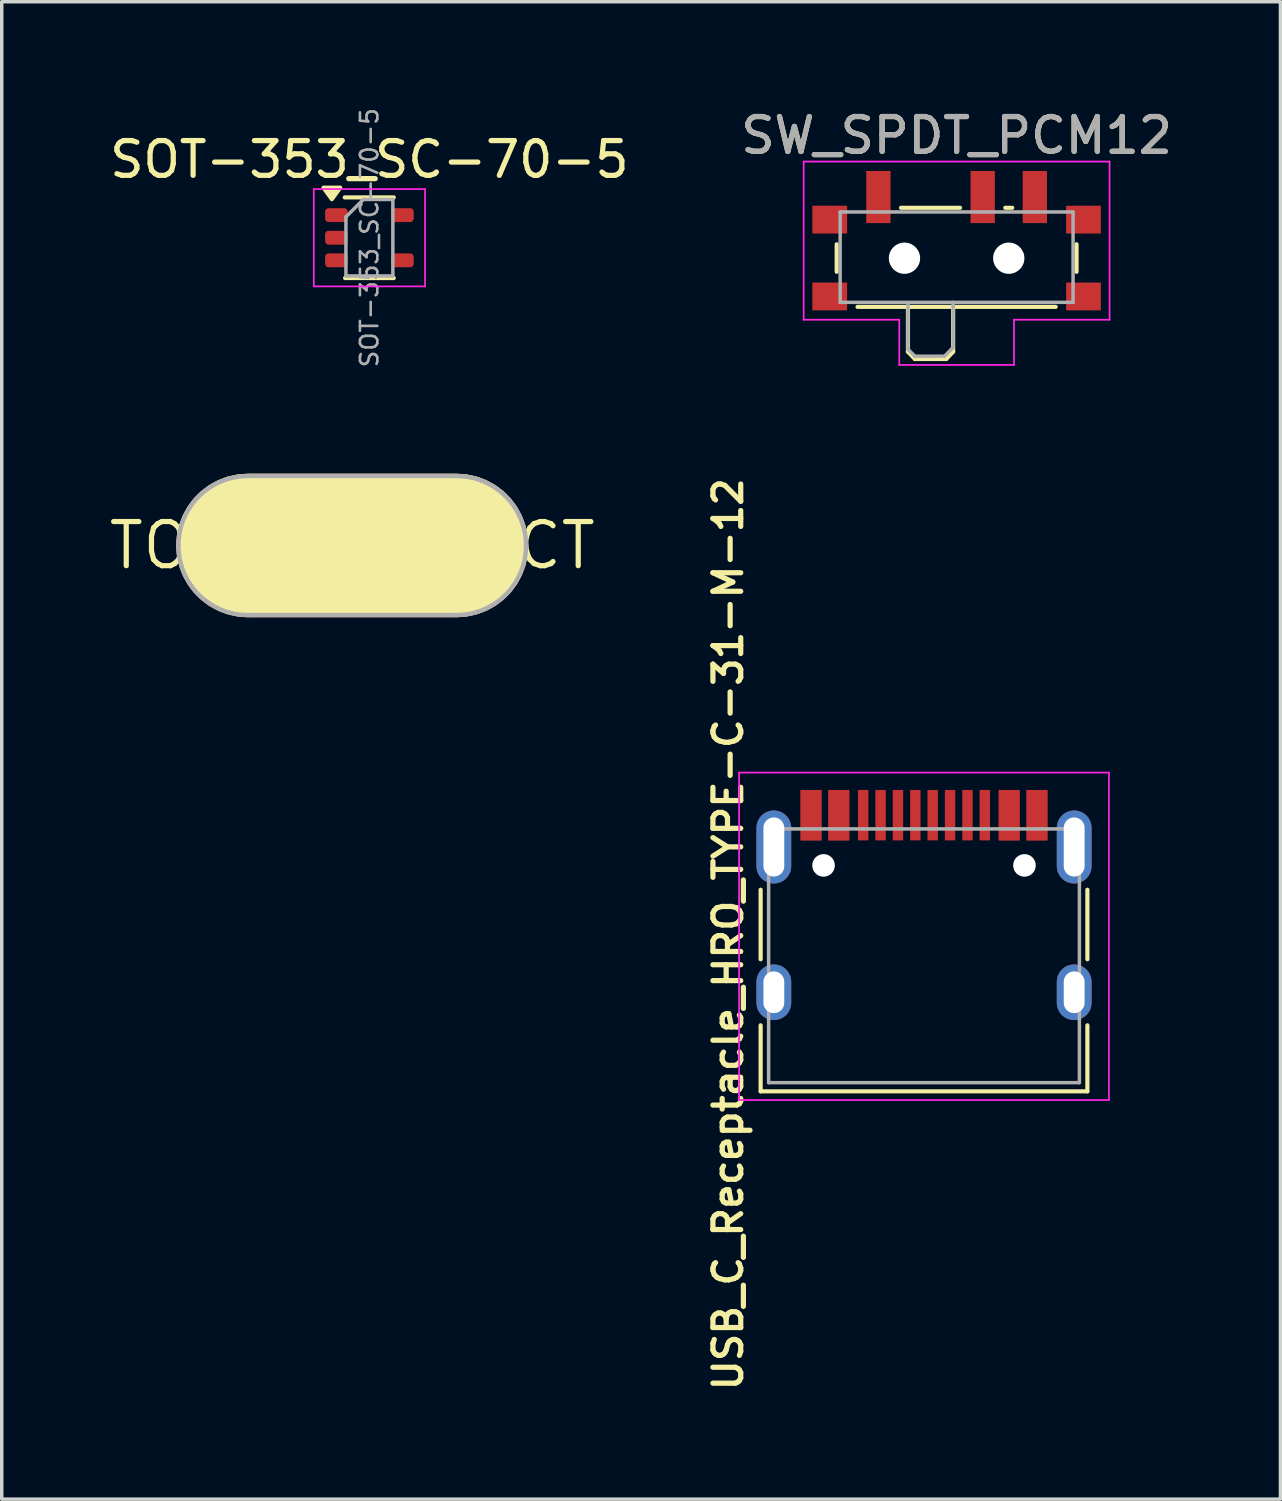
<source format=kicad_pcb>
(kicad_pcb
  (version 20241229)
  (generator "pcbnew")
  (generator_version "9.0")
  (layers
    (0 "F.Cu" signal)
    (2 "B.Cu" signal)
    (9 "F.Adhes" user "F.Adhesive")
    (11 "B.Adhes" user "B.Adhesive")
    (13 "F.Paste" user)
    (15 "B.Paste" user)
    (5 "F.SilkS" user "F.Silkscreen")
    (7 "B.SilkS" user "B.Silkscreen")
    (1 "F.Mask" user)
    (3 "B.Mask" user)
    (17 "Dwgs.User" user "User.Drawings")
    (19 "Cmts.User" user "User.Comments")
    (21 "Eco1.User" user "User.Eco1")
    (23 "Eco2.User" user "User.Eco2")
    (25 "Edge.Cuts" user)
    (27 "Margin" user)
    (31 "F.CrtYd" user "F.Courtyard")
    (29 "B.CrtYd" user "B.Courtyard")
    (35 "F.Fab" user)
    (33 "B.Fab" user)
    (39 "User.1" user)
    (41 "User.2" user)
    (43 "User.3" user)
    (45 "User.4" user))
  (footprint "SW_SPDT_PCM12"
    (layer "F.Cu")
    (at 24.47 4.048)
    (property "Reference" "SW_SPDT_PCM12" (at 0 -3.2 0) (layer "F.SilkS") (effects (font (size 1 1) (thickness 0.15))))
    (attr smd)
    (fp_line (start -3.45 -0.07) (end -3.45 0.72) (stroke (width 0.12) (type solid)) (layer "F.SilkS"))
    (fp_line (start -2.85 1.73) (end 2.85 1.73) (stroke (width 0.12) (type solid)) (layer "F.SilkS"))
    (fp_line (start -1.6 -1.12) (end 0.1 -1.12) (stroke (width 0.12) (type solid)) (layer "F.SilkS"))
    (fp_line (start -1.4 1.73) (end -1.4 3.02) (stroke (width 0.12) (type solid)) (layer "F.SilkS"))
    (fp_line (start -1.4 3.02) (end -1.2 3.23) (stroke (width 0.12) (type solid)) (layer "F.SilkS"))
    (fp_line (start -1.2 3.23) (end -0.3 3.23) (stroke (width 0.12) (type solid)) (layer "F.SilkS"))
    (fp_line (start -0.1 3.02) (end -0.3 3.23) (stroke (width 0.12) (type solid)) (layer "F.SilkS"))
    (fp_line (start -0.1 3.02) (end -0.1 1.73) (stroke (width 0.12) (type solid)) (layer "F.SilkS"))
    (fp_line (start 1.4 -1.12) (end 1.6 -1.12) (stroke (width 0.12) (type solid)) (layer "F.SilkS"))
    (fp_line (start 3.45 0.72) (end 3.45 -0.07) (stroke (width 0.12) (type solid)) (layer "F.SilkS"))
    (fp_line (start -4.4 -2.45) (end 4.4 -2.45) (stroke (width 0.05) (type solid)) (layer "F.CrtYd"))
    (fp_line (start -4.4 2.1) (end -4.4 -2.45) (stroke (width 0.05) (type solid)) (layer "F.CrtYd"))
    (fp_line (start -1.65 2.1) (end -4.4 2.1) (stroke (width 0.05) (type solid)) (layer "F.CrtYd"))
    (fp_line (start -1.65 3.4) (end -1.65 2.1) (stroke (width 0.05) (type solid)) (layer "F.CrtYd"))
    (fp_line (start 1.65 2.1) (end 1.65 3.4) (stroke (width 0.05) (type solid)) (layer "F.CrtYd"))
    (fp_line (start 1.65 3.4) (end -1.65 3.4) (stroke (width 0.05) (type solid)) (layer "F.CrtYd"))
    (fp_line (start 4.4 -2.45) (end 4.4 2.1) (stroke (width 0.05) (type solid)) (layer "F.CrtYd"))
    (fp_line (start 4.4 2.1) (end 1.65 2.1) (stroke (width 0.05) (type solid)) (layer "F.CrtYd"))
    (fp_line (start -3.35 -1) (end -3.35 1.6) (stroke (width 0.1) (type solid)) (layer "F.Fab"))
    (fp_line (start -3.35 1.6) (end 3.35 1.6) (stroke (width 0.1) (type solid)) (layer "F.Fab"))
    (fp_line (start -1.4 1.65) (end -1.4 2.95) (stroke (width 0.1) (type solid)) (layer "F.Fab"))
    (fp_line (start -1.4 2.95) (end -1.2 3.15) (stroke (width 0.1) (type solid)) (layer "F.Fab"))
    (fp_line (start -1.2 3.15) (end -0.35 3.15) (stroke (width 0.1) (type solid)) (layer "F.Fab"))
    (fp_line (start -0.35 3.15) (end -0.15 2.95) (stroke (width 0.1) (type solid)) (layer "F.Fab"))
    (fp_line (start -0.15 2.95) (end -0.1 2.9) (stroke (width 0.1) (type solid)) (layer "F.Fab"))
    (fp_line (start -0.1 2.9) (end -0.1 1.6) (stroke (width 0.1) (type solid)) (layer "F.Fab"))
    (fp_line (start 3.35 -1) (end -3.35 -1) (stroke (width 0.1) (type solid)) (layer "F.Fab"))
    (fp_line (start 3.35 1.6) (end 3.35 -1) (stroke (width 0.1) (type solid)) (layer "F.Fab"))
    (fp_text user "${REFERENCE}" (at 0 -3.2 0) (layer "F.Fab") (effects (font (size 1 1) (thickness 0.15))))
    (pad "" smd rect (at -3.65 -0.78 180) (size 1 0.8) (layers "F.Cu" "F.Mask" "F.Paste"))
    (pad "" smd rect (at -3.65 1.43 180) (size 1 0.8) (layers "F.Cu" "F.Mask" "F.Paste"))
    (pad "" np_thru_hole circle (at -1.5 0.33 180) (size 0.9 0.9) (drill 0.9) (layers "*.Cu" "*.Mask"))
    (pad "" np_thru_hole circle (at 1.5 0.33 180) (size 0.9 0.9) (drill 0.9) (layers "*.Cu" "*.Mask"))
    (pad "" smd rect (at 3.65 -0.78 180) (size 1 0.8) (layers "F.Cu" "F.Mask" "F.Paste"))
    (pad "" smd rect (at 3.65 1.43 180) (size 1 0.8) (layers "F.Cu" "F.Mask" "F.Paste"))
    (pad "1" smd rect (at -2.25 -1.43 180) (size 0.7 1.5) (layers "F.Cu" "F.Mask" "F.Paste"))
    (pad "2" smd rect (at 0.75 -1.43 180) (size 0.7 1.5) (layers "F.Cu" "F.Mask" "F.Paste"))
    (pad "3" smd rect (at 2.25 -1.43 180) (size 0.7 1.5) (layers "F.Cu" "F.Mask" "F.Paste")))
  (footprint "USB_C_Receptacle_HRO_TYPE-C-31-M-12"
    (layer "F.Cu")
    (at 23.532 24.446)
    (property "Reference" "USB_C_Receptacle_HRO_TYPE-C-31-M-12" (at -5.635 -0.619 90) (layer "F.SilkS") (effects (font (size 0.8 0.8) (thickness 0.15))))
    (attr through_hole)
    (fp_line (start -4.7 -1.9) (end -4.7 0.1) (stroke (width 0.12) (type solid)) (layer "F.SilkS"))
    (fp_line (start -4.7 2) (end -4.7 3.9) (stroke (width 0.12) (type solid)) (layer "F.SilkS"))
    (fp_line (start -4.7 3.9) (end 4.7 3.9) (stroke (width 0.12) (type solid)) (layer "F.SilkS"))
    (fp_line (start 4.7 -1.9) (end 4.7 0.1) (stroke (width 0.12) (type solid)) (layer "F.SilkS"))
    (fp_line (start 4.7 2) (end 4.7 3.9) (stroke (width 0.12) (type solid)) (layer "F.SilkS"))
    (fp_line (start -5.32 -5.27) (end -5.32 4.15) (stroke (width 0.05) (type solid)) (layer "F.CrtYd"))
    (fp_line (start -5.32 -5.27) (end 5.32 -5.27) (stroke (width 0.05) (type solid)) (layer "F.CrtYd"))
    (fp_line (start -5.32 4.15) (end 5.32 4.15) (stroke (width 0.05) (type solid)) (layer "F.CrtYd"))
    (fp_line (start 5.32 -5.27) (end 5.32 4.15) (stroke (width 0.05) (type solid)) (layer "F.CrtYd"))
    (fp_line (start -4.47 -3.65) (end -4.47 3.65) (stroke (width 0.1) (type solid)) (layer "F.Fab"))
    (fp_line (start -4.47 -3.65) (end 4.47 -3.65) (stroke (width 0.1) (type solid)) (layer "F.Fab"))
    (fp_line (start -4.47 3.65) (end 4.47 3.65) (stroke (width 0.1) (type solid)) (layer "F.Fab"))
    (fp_line (start 4.47 -3.65) (end 4.47 3.65) (stroke (width 0.1) (type solid)) (layer "F.Fab"))
    (pad "" np_thru_hole circle (at -2.89 -2.6 180) (size 0.65 0.65) (drill 0.65) (layers "*.Cu" "*.Mask"))
    (pad "" np_thru_hole circle (at 2.89 -2.6 180) (size 0.65 0.65) (drill 0.65) (layers "*.Cu" "*.Mask"))
    (pad "A1" smd rect (at -3.25 -4.045 180) (size 0.6 1.45) (layers "F.Cu" "F.Mask" "F.Paste"))
    (pad "A4" smd rect (at -2.45 -4.045 180) (size 0.6 1.45) (layers "F.Cu" "F.Mask" "F.Paste"))
    (pad "A5" smd rect (at -1.25 -4.045 180) (size 0.3 1.45) (layers "F.Cu" "F.Mask" "F.Paste"))
    (pad "A6" smd rect (at -0.25 -4.045 180) (size 0.3 1.45) (layers "F.Cu" "F.Mask" "F.Paste"))
    (pad "A7" smd rect (at 0.25 -4.045 180) (size 0.3 1.45) (layers "F.Cu" "F.Mask" "F.Paste"))
    (pad "A8" smd rect (at 1.25 -4.045 180) (size 0.3 1.45) (layers "F.Cu" "F.Mask" "F.Paste"))
    (pad "A9" smd rect (at 2.45 -4.045 180) (size 0.6 1.45) (layers "F.Cu" "F.Mask" "F.Paste"))
    (pad "A12" smd rect (at 3.25 -4.045 180) (size 0.6 1.45) (layers "F.Cu" "F.Mask" "F.Paste"))
    (pad "B1" smd rect (at 3.25 -4.045 180) (size 0.6 1.45) (layers "F.Cu" "F.Mask" "F.Paste"))
    (pad "B4" smd rect (at 2.45 -4.045 180) (size 0.6 1.45) (layers "F.Cu" "F.Mask" "F.Paste"))
    (pad "B5" smd rect (at 1.75 -4.045 180) (size 0.3 1.45) (layers "F.Cu" "F.Mask" "F.Paste"))
    (pad "B6" smd rect (at 0.75 -4.045 180) (size 0.3 1.45) (layers "F.Cu" "F.Mask" "F.Paste"))
    (pad "B7" smd rect (at -0.75 -4.045 180) (size 0.3 1.45) (layers "F.Cu" "F.Mask" "F.Paste"))
    (pad "B8" smd rect (at -1.75 -4.045 180) (size 0.3 1.45) (layers "F.Cu" "F.Mask" "F.Paste"))
    (pad "B9" smd rect (at -2.45 -4.045 180) (size 0.6 1.45) (layers "F.Cu" "F.Mask" "F.Paste"))
    (pad "B12" smd rect (at -3.25 -4.045 180) (size 0.6 1.45) (layers "F.Cu" "F.Mask" "F.Paste"))
    (pad "S1" thru_hole oval (at -4.32 -3.13 180) (size 1 2.1) (drill oval 0.6 1.7) (layers "*.Cu" "*.Mask"))
    (pad "S1" thru_hole oval (at -4.32 1.05 180) (size 1 1.6) (drill oval 0.6 1.2) (layers "*.Cu" "*.Mask"))
    (pad "S1" thru_hole oval (at 4.32 -3.13 180) (size 1 2.1) (drill oval 0.6 1.7) (layers "*.Cu" "*.Mask"))
    (pad "S1" thru_hole oval (at 4.32 1.05 180) (size 1 1.6) (drill oval 0.6 1.2) (layers "*.Cu" "*.Mask")))
  (footprint "TOUCH_SELECT"
    (layer "F.Cu")
    (at 7.083 12.644)
    (property "Reference" "TOUCH_SELECT" (at 0 0 0) (layer "F.SilkS") (effects (font (size 1.27 1.27) (thickness 0.15))))
    (fp_poly (pts (xy 3.294 -2.046) (xy 3.581 -1.984) (xy 3.857 -1.881) (xy 4.116 -1.74) (xy 4.351 -1.563) (xy 4.56 -1.355) (xy 4.736 -1.119) (xy 4.877 -0.861) (xy 4.98 -0.585) (xy 5.043 -0.297) (xy 5.064 -0.004) (xy 5.043 0.29) (xy 4.98 0.578) (xy 4.877 0.854) (xy 4.736 1.112) (xy 4.56 1.348) (xy 4.351 1.556) (xy 4.116 1.733) (xy 3.857 1.874) (xy 3.581 1.977) (xy 3.294 2.039) (xy 3.002 2.06) (xy -3.002 2.06) (xy -3.294 2.039) (xy -3.581 1.977) (xy -3.857 1.874) (xy -4.116 1.733) (xy -4.351 1.556) (xy -4.56 1.348) (xy -4.736 1.112) (xy -4.877 0.854) (xy -4.98 0.578) (xy -5.043 0.29) (xy -5.064 -0.004) (xy -5.043 -0.297) (xy -4.98 -0.585) (xy -4.877 -0.861) (xy -4.736 -1.119) (xy -4.56 -1.355) (xy -4.351 -1.563) (xy -4.116 -1.74) (xy -3.857 -1.881) (xy -3.581 -1.984) (xy -3.294 -2.046) (xy -3.002 -2.067) (xy 3.002 -2.067)) (stroke (width 0) (type default)) (fill yes) (layer "F.SilkS"))
    (fp_line (start -3 -2) (end 3 -2) (stroke (width 0.127) (type solid)) (layer "F.Fab"))
    (fp_line (start 3 2) (end -3 2) (stroke (width 0.127) (type solid)) (layer "F.Fab"))
    (fp_arc (start -5 0) (mid -4.414214 -1.414214) (end -3 -2) (stroke (width 0.127) (type solid)) (layer "F.Fab"))
    (fp_arc (start -3 2) (mid -4.414214 1.414214) (end -5 0) (stroke (width 0.127) (type solid)) (layer "F.Fab"))
    (fp_arc (start 3 -2) (mid 4.414214 -1.414214) (end 5 0) (stroke (width 0.127) (type solid)) (layer "F.Fab"))
    (fp_arc (start 5 0) (mid 4.414214 1.414214) (end 3 2) (stroke (width 0.127) (type solid)) (layer "F.Fab"))
    (pad "1" smd custom (at 0 1.5) (size 1.27 0.635) (layers "F.Cu") (options (anchor rect)) (primitives (gr_poly (pts (xy 3.294 -3.543) (xy 3.581 -3.48) (xy 3.857 -3.377) (xy 4.116 -3.236) (xy 4.351 -3.06) (xy 4.56 -2.851) (xy 4.736 -2.616) (xy 4.877 -2.357) (xy 4.98 -2.081) (xy 5.043 -1.794) (xy 5.064 -1.5) (xy 5.043 -1.206) (xy 4.98 -0.919) (xy 4.877 -0.643) (xy 4.736 -0.384) (xy 4.56 -0.149) (xy 4.351 0.06) (xy 4.116 0.236) (xy 3.857 0.377) (xy 3.581 0.48) (xy 3.294 0.543) (xy 3.002 0.564) (xy -3.002 0.564) (xy -3.294 0.543) (xy -3.581 0.48) (xy -3.857 0.377) (xy -4.116 0.236) (xy -4.351 0.06) (xy -4.56 -0.149) (xy -4.736 -0.384) (xy -4.877 -0.643) (xy -4.98 -0.919) (xy -5.043 -1.206) (xy -5.064 -1.5) (xy -5.043 -1.794) (xy -4.98 -2.081) (xy -4.877 -2.357) (xy -4.736 -2.616) (xy -4.56 -2.851) (xy -4.351 -3.06) (xy -4.116 -3.236) (xy -3.857 -3.377) (xy -3.581 -3.48) (xy -3.294 -3.543) (xy -3.002 -3.563) (xy 3.002 -3.563)) (width 0) (fill yes)))))
  (footprint "SOT-353_SC-70-5"
    (layer "F.Cu")
    (at 7.577 3.789)
    (property "Reference" "SOT-353_SC-70-5" (at 0 -2.25 0) (layer "F.SilkS") (effects (font (size 1 1) (thickness 0.15))))
    (attr smd)
    (fp_line (start -0.71 -1.16) (end 0.7 -1.16) (stroke (width 0.12) (type solid)) (layer "F.SilkS"))
    (fp_line (start -0.7 1.16) (end 0.7 1.16) (stroke (width 0.12) (type solid)) (layer "F.SilkS"))
    (fp_poly (pts (xy -1.08 -1.11) (xy -1.32 -1.44) (xy -0.84 -1.44) (xy -1.08 -1.11)) (stroke (width 0.12) (type solid)) (fill yes) (layer "F.SilkS"))
    (fp_line (start -1.6 -1.4) (end -1.6 1.4) (stroke (width 0.05) (type solid)) (layer "F.CrtYd"))
    (fp_line (start -1.6 -1.4) (end 1.6 -1.4) (stroke (width 0.05) (type solid)) (layer "F.CrtYd"))
    (fp_line (start -1.6 1.4) (end 1.6 1.4) (stroke (width 0.05) (type solid)) (layer "F.CrtYd"))
    (fp_line (start 1.6 1.4) (end 1.6 -1.4) (stroke (width 0.05) (type solid)) (layer "F.CrtYd"))
    (fp_line (start -0.675 -0.6) (end -0.675 1.1) (stroke (width 0.1) (type solid)) (layer "F.Fab"))
    (fp_line (start -0.175 -1.1) (end -0.675 -0.6) (stroke (width 0.1) (type solid)) (layer "F.Fab"))
    (fp_line (start 0.675 -1.1) (end -0.175 -1.1) (stroke (width 0.1) (type solid)) (layer "F.Fab"))
    (fp_line (start 0.675 -1.1) (end 0.675 1.1) (stroke (width 0.1) (type solid)) (layer "F.Fab"))
    (fp_line (start 0.675 1.1) (end -0.675 1.1) (stroke (width 0.1) (type solid)) (layer "F.Fab"))
    (fp_text user "${REFERENCE}" (at 0 0 90) (layer "F.Fab") (effects (font (size 0.5 0.5) (thickness 0.075))))
    (pad "1" smd roundrect (at -0.95 -0.65 180) (size 0.65 0.4) (layers "F.Cu" "F.Mask" "F.Paste") (roundrect_rratio 0.25))
    (pad "2" smd roundrect (at -0.95 0 180) (size 0.65 0.4) (layers "F.Cu" "F.Mask" "F.Paste") (roundrect_rratio 0.25))
    (pad "3" smd roundrect (at -0.95 0.65 180) (size 0.65 0.4) (layers "F.Cu" "F.Mask" "F.Paste") (roundrect_rratio 0.25))
    (pad "4" smd roundrect (at 0.95 0.65 180) (size 0.65 0.4) (layers "F.Cu" "F.Mask" "F.Paste") (roundrect_rratio 0.25))
    (pad "5" smd roundrect (at 0.95 -0.65 180) (size 0.65 0.4) (layers "F.Cu" "F.Mask" "F.Paste") (roundrect_rratio 0.25)))
  (gr_rect
    (start -3 -3)
    (end 33.786 40.077)
    (stroke (width 0.1) (type default))
    (fill no)
    (layer "Edge.Cuts")))
</source>
